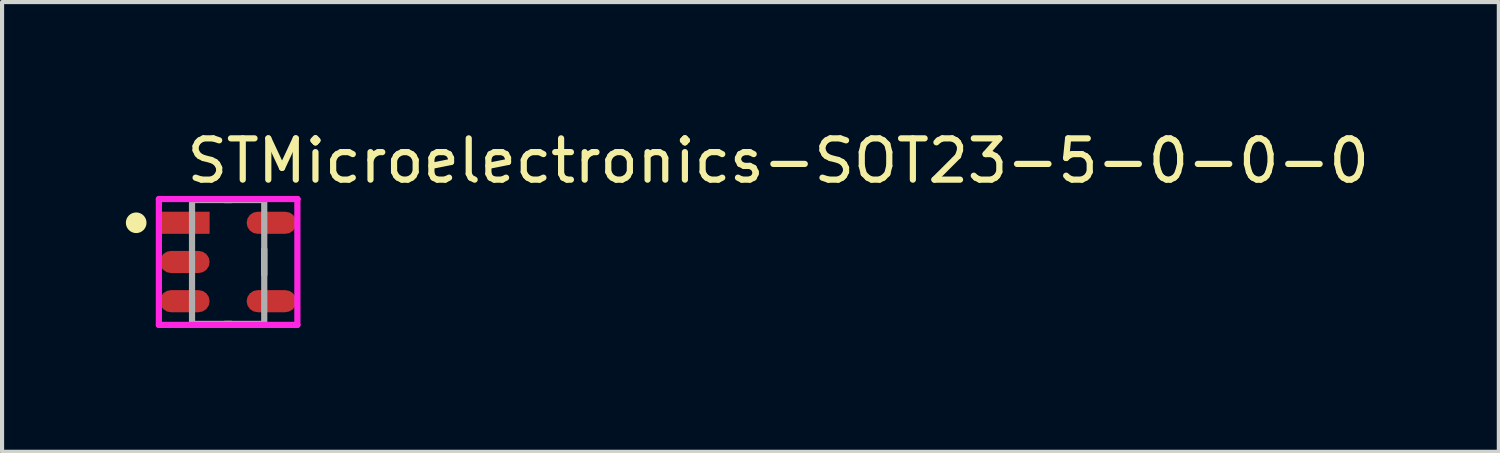
<source format=kicad_pcb>
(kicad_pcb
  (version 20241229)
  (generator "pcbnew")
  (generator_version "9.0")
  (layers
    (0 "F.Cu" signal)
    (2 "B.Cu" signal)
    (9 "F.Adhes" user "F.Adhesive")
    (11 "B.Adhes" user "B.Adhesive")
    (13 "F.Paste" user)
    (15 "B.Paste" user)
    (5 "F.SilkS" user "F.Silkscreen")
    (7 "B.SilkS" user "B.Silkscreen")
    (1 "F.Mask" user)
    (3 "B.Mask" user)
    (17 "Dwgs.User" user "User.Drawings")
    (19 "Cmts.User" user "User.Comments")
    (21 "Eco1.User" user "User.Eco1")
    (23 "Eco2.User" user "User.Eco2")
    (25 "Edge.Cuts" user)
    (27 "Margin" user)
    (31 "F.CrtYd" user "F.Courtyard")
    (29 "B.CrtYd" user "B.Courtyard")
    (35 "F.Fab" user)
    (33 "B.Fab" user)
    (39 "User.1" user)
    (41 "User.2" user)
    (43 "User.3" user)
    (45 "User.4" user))
  (footprint "STMicroelectronics-SOT23-5-0-0-0"
    (layer "F.Cu")
    (at 2.478 3.298)
    (property "Reference" "STMicroelectronics-SOT23-5-0-0-0" (at -1.078 -2.45 0) (layer "F.SilkS") (effects (font (size 1 1) (thickness 0.15)) (justify left)))
    (attr through_hole)
    (fp_line (start -0.073 -1.5) (end 0.073 -1.5) (stroke (width 0.15) (type solid)) (layer "F.SilkS"))
    (fp_line (start -0.073 1.5) (end 0.073 1.5) (stroke (width 0.15) (type solid)) (layer "F.SilkS"))
    (fp_line (start 0.875 0.307) (end 0.875 -0.307) (stroke (width 0.15) (type solid)) (layer "F.SilkS"))
    (fp_circle (center -2.228 -0.95) (end -2.103 -0.95) (stroke (width 0.25) (type solid)) (fill no) (layer "F.SilkS"))
    (fp_line (start -1.678 -1.525) (end -1.678 1.525) (stroke (width 0.15) (type solid)) (layer "F.CrtYd"))
    (fp_line (start -1.678 1.525) (end 1.678 1.525) (stroke (width 0.15) (type solid)) (layer "F.CrtYd"))
    (fp_line (start 1.678 -1.525) (end -1.678 -1.525) (stroke (width 0.15) (type solid)) (layer "F.CrtYd"))
    (fp_line (start 1.678 -1.525) (end 1.678 -1.525) (stroke (width 0.15) (type solid)) (layer "F.CrtYd"))
    (fp_line (start 1.678 1.525) (end 1.678 -1.525) (stroke (width 0.15) (type solid)) (layer "F.CrtYd"))
    (fp_line (start -0.875 -1.5) (end 0.875 -1.5) (stroke (width 0.15) (type solid)) (layer "F.Fab"))
    (fp_line (start -0.875 1.5) (end -0.875 -1.5) (stroke (width 0.15) (type solid)) (layer "F.Fab"))
    (fp_line (start 0.875 -1.5) (end 0.875 1.5) (stroke (width 0.15) (type solid)) (layer "F.Fab"))
    (fp_line (start 0.875 1.5) (end -0.875 1.5) (stroke (width 0.15) (type solid)) (layer "F.Fab"))
    (pad "1" smd rect (at -1.051 -0.95) (size 1.205 0.536) (layers "F.Cu" "F.Mask" "F.Paste"))
    (pad "2" smd roundrect (at -1.051 0.000001) (size 1.205 0.536) (layers "F.Cu" "F.Mask" "F.Paste") (roundrect_rratio 0.5))
    (pad "3" smd roundrect (at -1.051 0.95) (size 1.205 0.536) (layers "F.Cu" "F.Mask" "F.Paste") (roundrect_rratio 0.5))
    (pad "4" smd roundrect (at 1.051 0.95) (size 1.205 0.536) (layers "F.Cu" "F.Mask" "F.Paste") (roundrect_rratio 0.5))
    (pad "5" smd roundrect (at 1.051 -0.95) (size 1.205 0.536) (layers "F.Cu" "F.Mask" "F.Paste") (roundrect_rratio 0.5)))
  (gr_rect
    (start -3 -3)
    (end 33.269 7.898)
    (stroke (width 0.1) (type default))
    (fill no)
    (layer "Edge.Cuts")))
</source>
